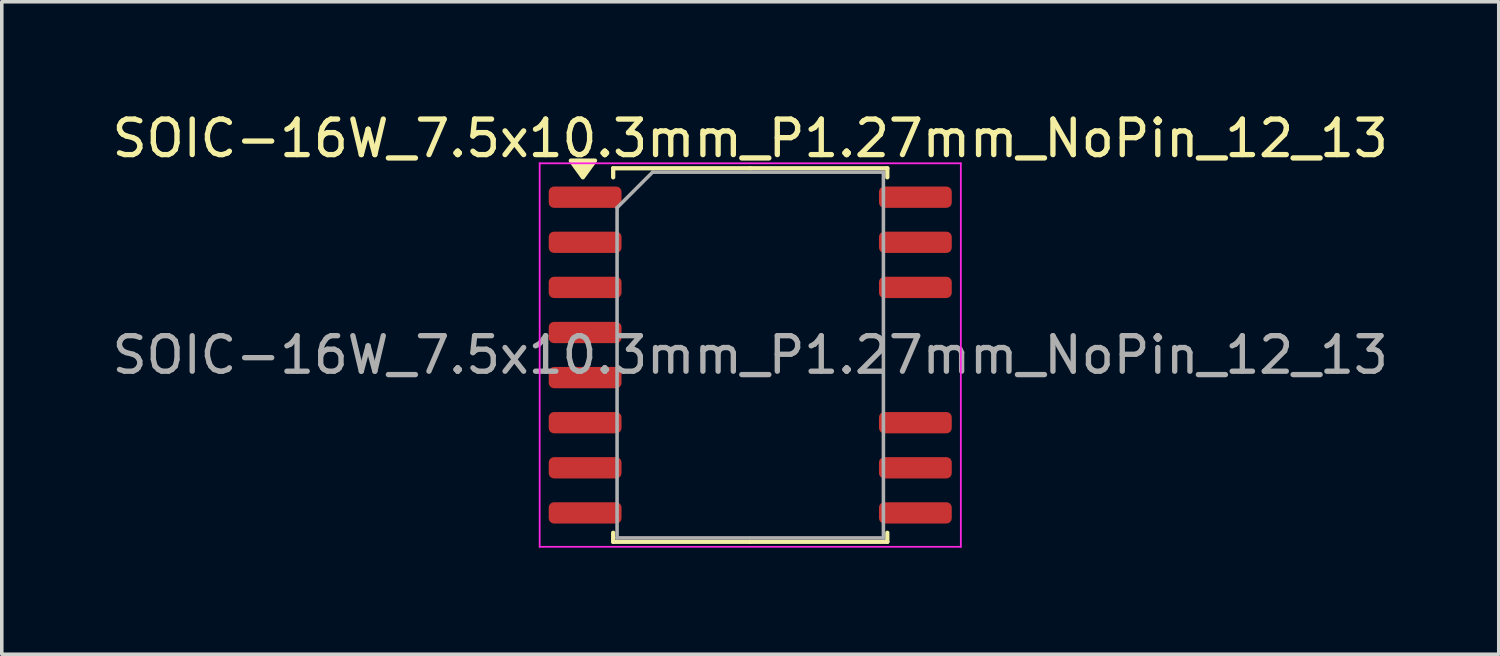
<source format=kicad_pcb>
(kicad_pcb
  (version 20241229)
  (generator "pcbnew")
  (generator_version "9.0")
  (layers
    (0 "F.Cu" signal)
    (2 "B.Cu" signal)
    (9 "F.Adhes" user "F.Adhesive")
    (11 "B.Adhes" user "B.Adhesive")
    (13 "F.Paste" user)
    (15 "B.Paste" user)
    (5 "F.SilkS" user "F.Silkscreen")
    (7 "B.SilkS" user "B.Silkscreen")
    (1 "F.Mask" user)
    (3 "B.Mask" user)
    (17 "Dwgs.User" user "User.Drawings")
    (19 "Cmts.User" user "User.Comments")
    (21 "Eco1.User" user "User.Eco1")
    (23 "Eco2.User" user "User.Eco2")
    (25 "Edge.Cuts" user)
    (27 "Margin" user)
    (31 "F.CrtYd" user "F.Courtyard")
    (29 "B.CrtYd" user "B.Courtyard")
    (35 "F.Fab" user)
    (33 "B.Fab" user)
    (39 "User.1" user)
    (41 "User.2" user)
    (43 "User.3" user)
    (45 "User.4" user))
  (footprint "SOIC-16W_7.5x10.3mm_P1.27mm_NoPin_12_13"
    (layer "F.Cu")
    (at 18.077 6.948)
    (property "Reference" "SOIC-16W_7.5x10.3mm_P1.27mm_NoPin_12_13" (at 0 -6.1 0) (layer "F.SilkS") (effects (font (size 1 1) (thickness 0.15))))
    (attr smd)
    (fp_line (start -3.86 -5.26) (end -3.86 -5.005) (stroke (width 0.12) (type solid)) (layer "F.SilkS"))
    (fp_line (start -3.86 5.26) (end -3.86 5.005) (stroke (width 0.12) (type solid)) (layer "F.SilkS"))
    (fp_line (start 0 -5.26) (end -3.86 -5.26) (stroke (width 0.12) (type solid)) (layer "F.SilkS"))
    (fp_line (start 0 -5.26) (end 3.86 -5.26) (stroke (width 0.12) (type solid)) (layer "F.SilkS"))
    (fp_line (start 0 5.26) (end -3.86 5.26) (stroke (width 0.12) (type solid)) (layer "F.SilkS"))
    (fp_line (start 0 5.26) (end 3.86 5.26) (stroke (width 0.12) (type solid)) (layer "F.SilkS"))
    (fp_line (start 3.86 -5.26) (end 3.86 -5.005) (stroke (width 0.12) (type solid)) (layer "F.SilkS"))
    (fp_line (start 3.86 5.26) (end 3.86 5.005) (stroke (width 0.12) (type solid)) (layer "F.SilkS"))
    (fp_poly (pts (xy -4.713 -5.005) (xy -5.053 -5.475) (xy -4.372 -5.475) (xy -4.713 -5.005)) (stroke (width 0.12) (type solid)) (fill yes) (layer "F.SilkS"))
    (fp_line (start -5.93 -5.4) (end -5.93 5.4) (stroke (width 0.05) (type solid)) (layer "F.CrtYd"))
    (fp_line (start -5.93 5.4) (end 5.93 5.4) (stroke (width 0.05) (type solid)) (layer "F.CrtYd"))
    (fp_line (start 5.93 -5.4) (end -5.93 -5.4) (stroke (width 0.05) (type solid)) (layer "F.CrtYd"))
    (fp_line (start 5.93 5.4) (end 5.93 -5.4) (stroke (width 0.05) (type solid)) (layer "F.CrtYd"))
    (fp_line (start -3.75 -4.15) (end -2.75 -5.15) (stroke (width 0.1) (type solid)) (layer "F.Fab"))
    (fp_line (start -3.75 5.15) (end -3.75 -4.15) (stroke (width 0.1) (type solid)) (layer "F.Fab"))
    (fp_line (start -2.75 -5.15) (end 3.75 -5.15) (stroke (width 0.1) (type solid)) (layer "F.Fab"))
    (fp_line (start 3.75 -5.15) (end 3.75 5.15) (stroke (width 0.1) (type solid)) (layer "F.Fab"))
    (fp_line (start 3.75 5.15) (end -3.75 5.15) (stroke (width 0.1) (type solid)) (layer "F.Fab"))
    (fp_text user "${REFERENCE}" (at 0 0 0) (layer "F.Fab") (effects (font (size 1 1) (thickness 0.15))))
    (pad "1" smd roundrect (at -4.65 -4.445) (size 2.05 0.6) (layers "F.Cu" "F.Mask" "F.Paste") (roundrect_rratio 0.25))
    (pad "2" smd roundrect (at -4.65 -3.175) (size 2.05 0.6) (layers "F.Cu" "F.Mask" "F.Paste") (roundrect_rratio 0.25))
    (pad "3" smd roundrect (at -4.65 -1.905) (size 2.05 0.6) (layers "F.Cu" "F.Mask" "F.Paste") (roundrect_rratio 0.25))
    (pad "4" smd roundrect (at -4.65 -0.635) (size 2.05 0.6) (layers "F.Cu" "F.Mask" "F.Paste") (roundrect_rratio 0.25))
    (pad "5" smd roundrect (at -4.65 0.635) (size 2.05 0.6) (layers "F.Cu" "F.Mask" "F.Paste") (roundrect_rratio 0.25))
    (pad "6" smd roundrect (at -4.65 1.905) (size 2.05 0.6) (layers "F.Cu" "F.Mask" "F.Paste") (roundrect_rratio 0.25))
    (pad "7" smd roundrect (at -4.65 3.175) (size 2.05 0.6) (layers "F.Cu" "F.Mask" "F.Paste") (roundrect_rratio 0.25))
    (pad "8" smd roundrect (at -4.65 4.445) (size 2.05 0.6) (layers "F.Cu" "F.Mask" "F.Paste") (roundrect_rratio 0.25))
    (pad "9" smd roundrect (at 4.65 4.445) (size 2.05 0.6) (layers "F.Cu" "F.Mask" "F.Paste") (roundrect_rratio 0.25))
    (pad "10" smd roundrect (at 4.65 3.175) (size 2.05 0.6) (layers "F.Cu" "F.Mask" "F.Paste") (roundrect_rratio 0.25))
    (pad "11" smd roundrect (at 4.65 1.905) (size 2.05 0.6) (layers "F.Cu" "F.Mask" "F.Paste") (roundrect_rratio 0.25))
    (pad "14" smd roundrect (at 4.65 -1.905) (size 2.05 0.6) (layers "F.Cu" "F.Mask" "F.Paste") (roundrect_rratio 0.25))
    (pad "15" smd roundrect (at 4.65 -3.175) (size 2.05 0.6) (layers "F.Cu" "F.Mask" "F.Paste") (roundrect_rratio 0.25))
    (pad "16" smd roundrect (at 4.65 -4.445) (size 2.05 0.6) (layers "F.Cu" "F.Mask" "F.Paste") (roundrect_rratio 0.25)))
  (gr_rect
    (start -3 -3)
    (end 39.155 15.373)
    (stroke (width 0.1) (type default))
    (fill no)
    (layer "Edge.Cuts")))
</source>
